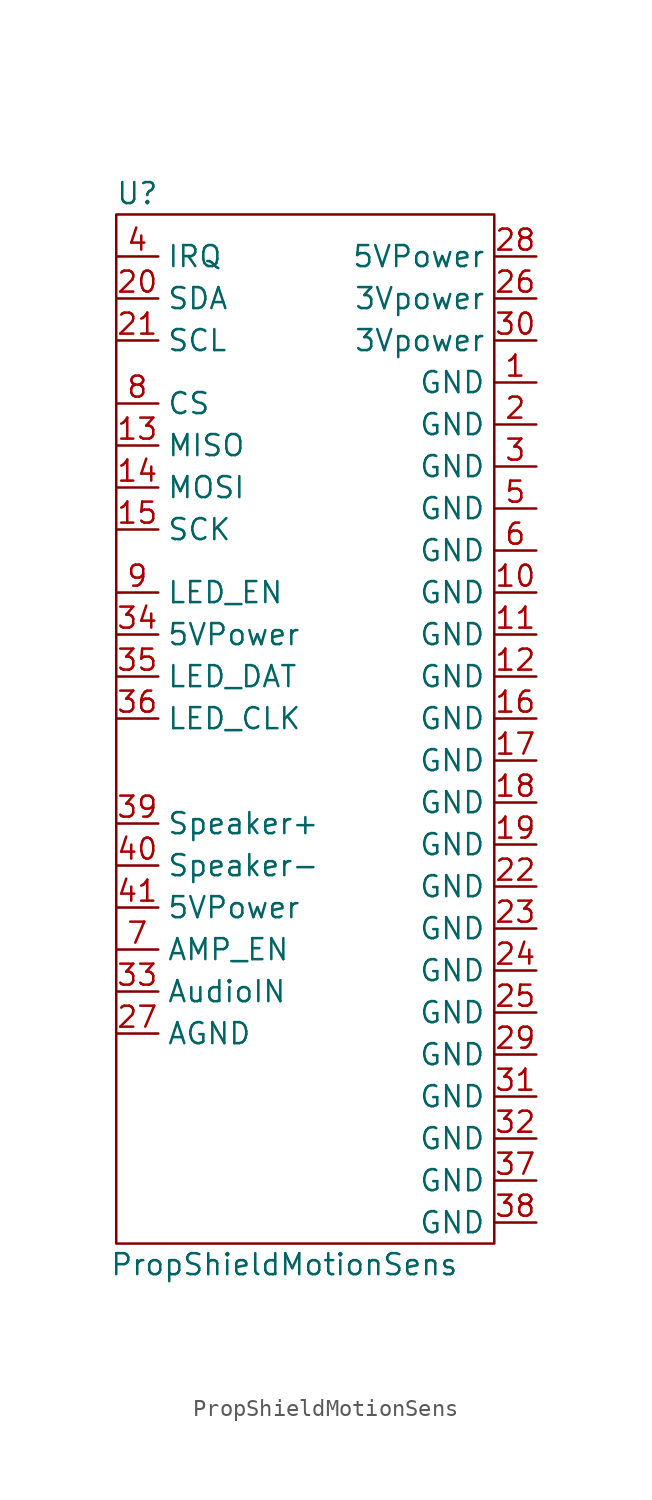
<source format=kicad_sym>
(kicad_symbol_lib
  (version 20211014)
  (generator kicad_symbol_editor)
  (symbol "PropShieldMotionSens"
    (property "Reference" "U"
      (at 1.27 3.81 0)
      (effects (font (size 1.27 1.27))))
    (property "Value" "PropShieldMotionSens"
      (at 10.16 -60.96 0)
      (effects (font (size 1.27 1.27))))
    (symbol "PropShieldMotionSens_0_1"
      (rectangle (start 0 2.54) (end 22.86 -59.69) (stroke (width 0) (type default) (color 0 0 0 0)) (fill (type none))))
    (symbol "PropShieldMotionSens_1_1"
      (pin power_in line (at 25.4 -7.62 180) (length 2.54) (name "GND" (effects (font (size 1.27 1.27)))) (number "1" (effects (font (size 1.27 1.27)))))
      (pin power_in line (at 25.4 -20.32 180) (length 2.54) (name "GND" (effects (font (size 1.27 1.27)))) (number "10" (effects (font (size 1.27 1.27)))))
      (pin power_in line (at 25.4 -22.86 180) (length 2.54) (name "GND" (effects (font (size 1.27 1.27)))) (number "11" (effects (font (size 1.27 1.27)))))
      (pin power_in line (at 25.4 -25.4 180) (length 2.54) (name "GND" (effects (font (size 1.27 1.27)))) (number "12" (effects (font (size 1.27 1.27)))))
      (pin passive line (at 0 -11.43 0) (length 2.54) (name "MISO" (effects (font (size 1.27 1.27)))) (number "13" (effects (font (size 1.27 1.27)))))
      (pin passive line (at 0 -13.97 0) (length 2.54) (name "MOSI" (effects (font (size 1.27 1.27)))) (number "14" (effects (font (size 1.27 1.27)))))
      (pin passive line (at 0 -16.51 0) (length 2.54) (name "SCK" (effects (font (size 1.27 1.27)))) (number "15" (effects (font (size 1.27 1.27)))))
      (pin power_in line (at 25.4 -27.94 180) (length 2.54) (name "GND" (effects (font (size 1.27 1.27)))) (number "16" (effects (font (size 1.27 1.27)))))
      (pin power_in line (at 25.4 -30.48 180) (length 2.54) (name "GND" (effects (font (size 1.27 1.27)))) (number "17" (effects (font (size 1.27 1.27)))))
      (pin power_in line (at 25.4 -33.02 180) (length 2.54) (name "GND" (effects (font (size 1.27 1.27)))) (number "18" (effects (font (size 1.27 1.27)))))
      (pin power_in line (at 25.4 -35.56 180) (length 2.54) (name "GND" (effects (font (size 1.27 1.27)))) (number "19" (effects (font (size 1.27 1.27)))))
      (pin power_in line (at 25.4 -10.16 180) (length 2.54) (name "GND" (effects (font (size 1.27 1.27)))) (number "2" (effects (font (size 1.27 1.27)))))
      (pin bidirectional line (at 0 -2.54 0) (length 2.54) (name "SDA" (effects (font (size 1.27 1.27)))) (number "20" (effects (font (size 1.27 1.27)))))
      (pin input line (at 0 -5.08 0) (length 2.54) (name "SCL" (effects (font (size 1.27 1.27)))) (number "21" (effects (font (size 1.27 1.27)))))
      (pin power_in line (at 25.4 -38.1 180) (length 2.54) (name "GND" (effects (font (size 1.27 1.27)))) (number "22" (effects (font (size 1.27 1.27)))))
      (pin power_in line (at 25.4 -40.64 180) (length 2.54) (name "GND" (effects (font (size 1.27 1.27)))) (number "23" (effects (font (size 1.27 1.27)))))
      (pin power_in line (at 25.4 -43.18 180) (length 2.54) (name "GND" (effects (font (size 1.27 1.27)))) (number "24" (effects (font (size 1.27 1.27)))))
      (pin power_in line (at 25.4 -45.72 180) (length 2.54) (name "GND" (effects (font (size 1.27 1.27)))) (number "25" (effects (font (size 1.27 1.27)))))
      (pin power_in line (at 25.4 -2.54 180) (length 2.54) (name "3Vpower" (effects (font (size 1.27 1.27)))) (number "26" (effects (font (size 1.27 1.27)))))
      (pin power_in line (at 0 -46.99 0) (length 2.54) (name "AGND" (effects (font (size 1.27 1.27)))) (number "27" (effects (font (size 1.27 1.27)))))
      (pin power_in line (at 25.4 0 180) (length 2.54) (name "5VPower" (effects (font (size 1.27 1.27)))) (number "28" (effects (font (size 1.27 1.27)))))
      (pin power_in line (at 25.4 -48.26 180) (length 2.54) (name "GND" (effects (font (size 1.27 1.27)))) (number "29" (effects (font (size 1.27 1.27)))))
      (pin power_in line (at 25.4 -12.7 180) (length 2.54) (name "GND" (effects (font (size 1.27 1.27)))) (number "3" (effects (font (size 1.27 1.27)))))
      (pin power_in line (at 25.4 -5.08 180) (length 2.54) (name "3Vpower" (effects (font (size 1.27 1.27)))) (number "30" (effects (font (size 1.27 1.27)))))
      (pin power_in line (at 25.4 -50.8 180) (length 2.54) (name "GND" (effects (font (size 1.27 1.27)))) (number "31" (effects (font (size 1.27 1.27)))))
      (pin power_in line (at 25.4 -53.34 180) (length 2.54) (name "GND" (effects (font (size 1.27 1.27)))) (number "32" (effects (font (size 1.27 1.27)))))
      (pin power_in line (at 0 -44.45 0) (length 2.54) (name "AudioIN" (effects (font (size 1.27 1.27)))) (number "33" (effects (font (size 1.27 1.27)))))
      (pin power_in line (at 0 -22.86 0) (length 2.54) (name "5VPower" (effects (font (size 1.27 1.27)))) (number "34" (effects (font (size 1.27 1.27)))))
      (pin passive line (at 0 -25.4 0) (length 2.54) (name "LED_DAT" (effects (font (size 1.27 1.27)))) (number "35" (effects (font (size 1.27 1.27)))))
      (pin passive line (at 0 -27.94 0) (length 2.54) (name "LED_CLK" (effects (font (size 1.27 1.27)))) (number "36" (effects (font (size 1.27 1.27)))))
      (pin power_in line (at 25.4 -55.88 180) (length 2.54) (name "GND" (effects (font (size 1.27 1.27)))) (number "37" (effects (font (size 1.27 1.27)))))
      (pin power_in line (at 25.4 -58.42 180) (length 2.54) (name "GND" (effects (font (size 1.27 1.27)))) (number "38" (effects (font (size 1.27 1.27)))))
      (pin passive line (at 0 -34.29 0) (length 2.54) (name "Speaker+" (effects (font (size 1.27 1.27)))) (number "39" (effects (font (size 1.27 1.27)))))
      (pin output line (at 0 0 0) (length 2.54) (name "IRQ" (effects (font (size 1.27 1.27)))) (number "4" (effects (font (size 1.27 1.27)))))
      (pin passive line (at 0 -36.83 0) (length 2.54) (name "Speaker-" (effects (font (size 1.27 1.27)))) (number "40" (effects (font (size 1.27 1.27)))))
      (pin power_in line (at 0 -39.37 0) (length 2.54) (name "5VPower" (effects (font (size 1.27 1.27)))) (number "41" (effects (font (size 1.27 1.27)))))
      (pin power_in line (at 25.4 -15.24 180) (length 2.54) (name "GND" (effects (font (size 1.27 1.27)))) (number "5" (effects (font (size 1.27 1.27)))))
      (pin power_in line (at 25.4 -17.78 180) (length 2.54) (name "GND" (effects (font (size 1.27 1.27)))) (number "6" (effects (font (size 1.27 1.27)))))
      (pin passive line (at 0 -41.91 0) (length 2.54) (name "AMP_EN" (effects (font (size 1.27 1.27)))) (number "7" (effects (font (size 1.27 1.27)))))
      (pin passive line (at 0 -8.89 0) (length 2.54) (name "CS" (effects (font (size 1.27 1.27)))) (number "8" (effects (font (size 1.27 1.27)))))
      (pin passive line (at 0 -20.32 0) (length 2.54) (name "LED_EN" (effects (font (size 1.27 1.27)))) (number "9" (effects (font (size 1.27 1.27))))))))
</source>
